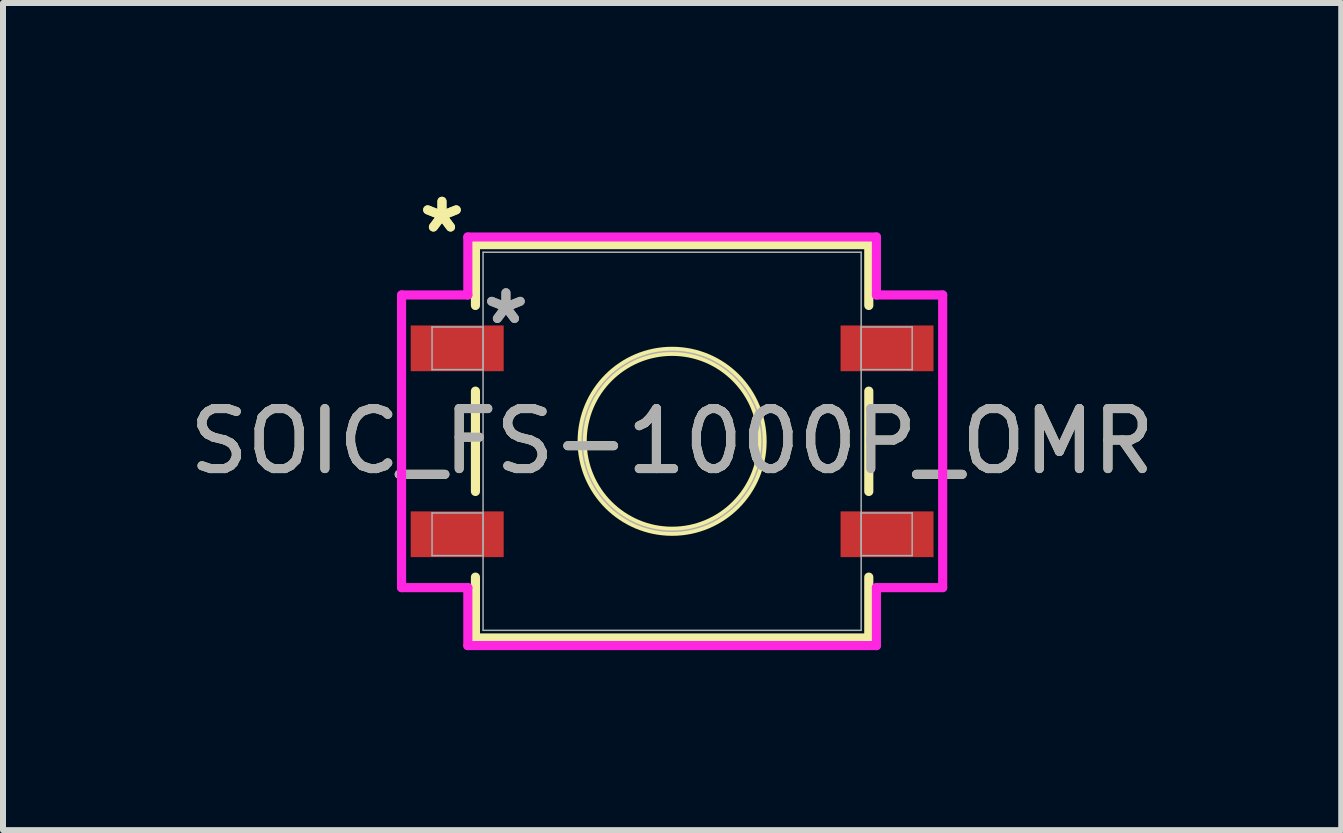
<source format=kicad_pcb>
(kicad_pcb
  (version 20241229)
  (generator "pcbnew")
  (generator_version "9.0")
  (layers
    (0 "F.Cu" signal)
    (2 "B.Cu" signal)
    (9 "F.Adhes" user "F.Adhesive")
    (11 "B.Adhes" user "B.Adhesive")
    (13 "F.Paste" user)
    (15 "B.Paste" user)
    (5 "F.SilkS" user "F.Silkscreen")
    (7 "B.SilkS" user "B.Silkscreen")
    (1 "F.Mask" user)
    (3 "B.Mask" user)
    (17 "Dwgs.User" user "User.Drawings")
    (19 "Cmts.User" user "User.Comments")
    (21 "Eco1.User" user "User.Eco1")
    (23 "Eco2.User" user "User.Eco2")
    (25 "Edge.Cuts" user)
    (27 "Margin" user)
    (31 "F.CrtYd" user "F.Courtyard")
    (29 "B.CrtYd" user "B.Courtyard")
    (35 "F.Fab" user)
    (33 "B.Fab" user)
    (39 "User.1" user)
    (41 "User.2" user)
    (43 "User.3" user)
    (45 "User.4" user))
  (footprint "SOIC_FS-1000P_OMR"
    (layer "F.Cu")
    (at 8.149 4.303)
    (property "Reference" "SOIC_FS-1000P_OMR" (at 0 0 0) (unlocked yes) (layer "F.SilkS") (effects (font (size 1 1) (thickness 0.15))))
    (attr smd)
    (fp_line (start -3.277 -3.277) (end -3.277 -2.263) (stroke (width 0.152) (type solid)) (layer "F.SilkS"))
    (fp_line (start -3.277 -0.836) (end -3.277 0.836) (stroke (width 0.152) (type solid)) (layer "F.SilkS"))
    (fp_line (start -3.277 2.263) (end -3.277 3.277) (stroke (width 0.152) (type solid)) (layer "F.SilkS"))
    (fp_line (start -3.277 3.277) (end 3.277 3.277) (stroke (width 0.152) (type solid)) (layer "F.SilkS"))
    (fp_line (start 3.277 -3.277) (end -3.277 -3.277) (stroke (width 0.152) (type solid)) (layer "F.SilkS"))
    (fp_line (start 3.277 -2.263) (end 3.277 -3.277) (stroke (width 0.152) (type solid)) (layer "F.SilkS"))
    (fp_line (start 3.277 0.836) (end 3.277 -0.836) (stroke (width 0.152) (type solid)) (layer "F.SilkS"))
    (fp_line (start 3.277 3.277) (end 3.277 2.263) (stroke (width 0.152) (type solid)) (layer "F.SilkS"))
    (fp_circle (center 0 0) (end 1.499 0) (stroke (width 0.152) (type solid)) (fill no) (layer "F.SilkS"))
    (fp_line (start -4.508 -2.438) (end -3.404 -2.438) (stroke (width 0.152) (type solid)) (layer "F.CrtYd"))
    (fp_line (start -4.508 2.438) (end -4.508 -2.438) (stroke (width 0.152) (type solid)) (layer "F.CrtYd"))
    (fp_line (start -3.404 -3.404) (end 3.404 -3.404) (stroke (width 0.152) (type solid)) (layer "F.CrtYd"))
    (fp_line (start -3.404 -2.438) (end -3.404 -3.404) (stroke (width 0.152) (type solid)) (layer "F.CrtYd"))
    (fp_line (start -3.404 2.438) (end -4.508 2.438) (stroke (width 0.152) (type solid)) (layer "F.CrtYd"))
    (fp_line (start -3.404 3.404) (end -3.404 2.438) (stroke (width 0.152) (type solid)) (layer "F.CrtYd"))
    (fp_line (start 3.404 -3.404) (end 3.404 -2.438) (stroke (width 0.152) (type solid)) (layer "F.CrtYd"))
    (fp_line (start 3.404 -2.438) (end 4.508 -2.438) (stroke (width 0.152) (type solid)) (layer "F.CrtYd"))
    (fp_line (start 3.404 2.438) (end 3.404 3.404) (stroke (width 0.152) (type solid)) (layer "F.CrtYd"))
    (fp_line (start 3.404 3.404) (end -3.404 3.404) (stroke (width 0.152) (type solid)) (layer "F.CrtYd"))
    (fp_line (start 4.508 -2.438) (end 4.508 2.438) (stroke (width 0.152) (type solid)) (layer "F.CrtYd"))
    (fp_line (start 4.508 2.438) (end 3.404 2.438) (stroke (width 0.152) (type solid)) (layer "F.CrtYd"))
    (fp_line (start -4 -1.905) (end -4 -1.194) (stroke (width 0.025) (type solid)) (layer "F.Fab"))
    (fp_line (start -4 -1.194) (end -3.15 -1.194) (stroke (width 0.025) (type solid)) (layer "F.Fab"))
    (fp_line (start -4 1.194) (end -4 1.905) (stroke (width 0.025) (type solid)) (layer "F.Fab"))
    (fp_line (start -4 1.905) (end -3.15 1.905) (stroke (width 0.025) (type solid)) (layer "F.Fab"))
    (fp_line (start -3.15 -3.15) (end -3.15 3.15) (stroke (width 0.025) (type solid)) (layer "F.Fab"))
    (fp_line (start -3.15 -1.905) (end -4 -1.905) (stroke (width 0.025) (type solid)) (layer "F.Fab"))
    (fp_line (start -3.15 -1.194) (end -3.15 -1.905) (stroke (width 0.025) (type solid)) (layer "F.Fab"))
    (fp_line (start -3.15 1.194) (end -4 1.194) (stroke (width 0.025) (type solid)) (layer "F.Fab"))
    (fp_line (start -3.15 1.905) (end -3.15 1.194) (stroke (width 0.025) (type solid)) (layer "F.Fab"))
    (fp_line (start -3.15 3.15) (end 3.15 3.15) (stroke (width 0.025) (type solid)) (layer "F.Fab"))
    (fp_line (start 3.15 -3.15) (end -3.15 -3.15) (stroke (width 0.025) (type solid)) (layer "F.Fab"))
    (fp_line (start 3.15 -1.905) (end 3.15 -1.194) (stroke (width 0.025) (type solid)) (layer "F.Fab"))
    (fp_line (start 3.15 -1.194) (end 4 -1.194) (stroke (width 0.025) (type solid)) (layer "F.Fab"))
    (fp_line (start 3.15 1.194) (end 3.15 1.905) (stroke (width 0.025) (type solid)) (layer "F.Fab"))
    (fp_line (start 3.15 1.905) (end 4 1.905) (stroke (width 0.025) (type solid)) (layer "F.Fab"))
    (fp_line (start 3.15 3.15) (end 3.15 -3.15) (stroke (width 0.025) (type solid)) (layer "F.Fab"))
    (fp_line (start 4 -1.905) (end 3.15 -1.905) (stroke (width 0.025) (type solid)) (layer "F.Fab"))
    (fp_line (start 4 -1.194) (end 4 -1.905) (stroke (width 0.025) (type solid)) (layer "F.Fab"))
    (fp_line (start 4 1.194) (end 3.15 1.194) (stroke (width 0.025) (type solid)) (layer "F.Fab"))
    (fp_line (start 4 1.905) (end 4 1.194) (stroke (width 0.025) (type solid)) (layer "F.Fab"))
    (fp_circle (center 0 0) (end 1.499 0) (stroke (width 0.025) (type solid)) (fill no) (layer "F.Fab"))
    (fp_text user "*" (at -3.835 -3.454 0) (layer "F.SilkS") (effects (font (size 1 1) (thickness 0.15))))
    (fp_text user "*" (at -3.835 -3.454 0) (unlocked yes) (layer "F.SilkS") (effects (font (size 1 1) (thickness 0.15))))
    (fp_text user "${REFERENCE}" (at 0 0 0) (unlocked yes) (layer "F.Fab") (effects (font (size 1 1) (thickness 0.15))))
    (fp_text user "*" (at -2.769 -1.93 0) (unlocked yes) (layer "F.Fab") (effects (font (size 1 1) (thickness 0.15))))
    (fp_text user "*" (at -2.769 -1.93 0) (layer "F.Fab") (effects (font (size 1 1) (thickness 0.15))))
    (pad "1" smd rect (at -3.581 -1.549) (size 1.549 0.762) (layers "F.Cu" "F.Mask" "F.Paste"))
    (pad "2" smd rect (at 3.581 -1.549) (size 1.549 0.762) (layers "F.Cu" "F.Mask" "F.Paste"))
    (pad "3" smd rect (at -3.581 1.549) (size 1.549 0.762) (layers "F.Cu" "F.Mask" "F.Paste"))
    (pad "4" smd rect (at 3.581 1.549) (size 1.549 0.762) (layers "F.Cu" "F.Mask" "F.Paste")))
  (gr_rect
    (start -3 -3)
    (end 19.298 10.782)
    (stroke (width 0.1) (type default))
    (fill no)
    (layer "Edge.Cuts")))
</source>
